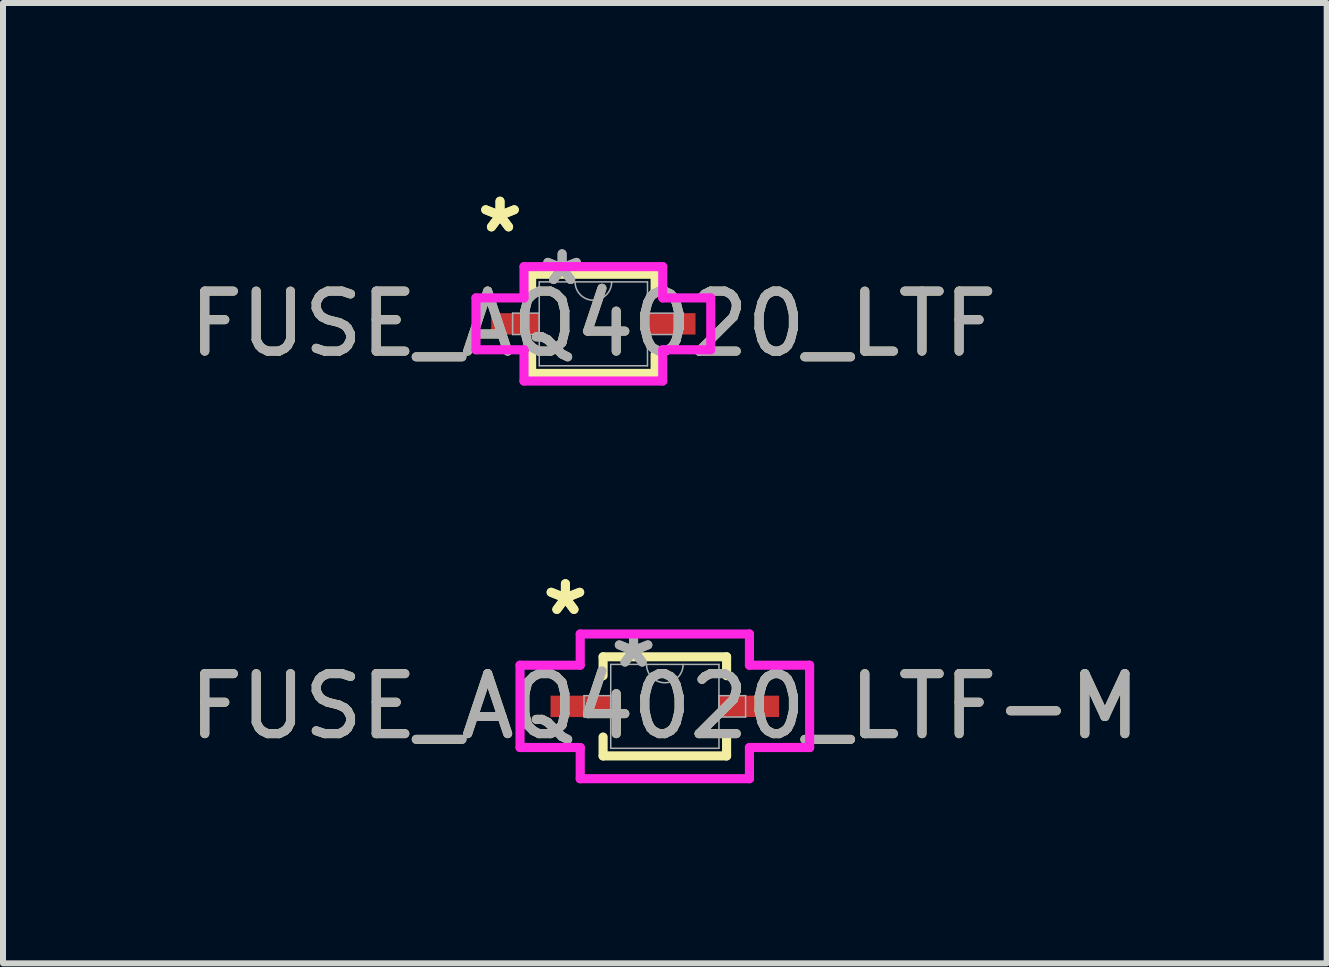
<source format=kicad_pcb>
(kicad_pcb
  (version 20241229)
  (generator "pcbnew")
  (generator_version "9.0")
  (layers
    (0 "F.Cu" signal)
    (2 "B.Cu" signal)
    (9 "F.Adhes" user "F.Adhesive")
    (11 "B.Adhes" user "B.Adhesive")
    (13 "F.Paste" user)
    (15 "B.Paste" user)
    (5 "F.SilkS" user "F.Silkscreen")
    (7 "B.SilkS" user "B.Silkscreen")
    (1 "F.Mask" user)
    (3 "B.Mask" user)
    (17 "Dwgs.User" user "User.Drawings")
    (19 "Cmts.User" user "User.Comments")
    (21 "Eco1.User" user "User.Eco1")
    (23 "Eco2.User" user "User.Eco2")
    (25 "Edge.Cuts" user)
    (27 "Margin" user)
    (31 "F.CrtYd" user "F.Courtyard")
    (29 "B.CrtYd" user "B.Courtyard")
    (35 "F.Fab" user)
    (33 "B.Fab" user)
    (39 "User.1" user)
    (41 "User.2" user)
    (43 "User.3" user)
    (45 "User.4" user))
  (footprint "FUSE_AQ4020_LTF"
    (layer "F.Cu")
    (at 6.839 2.347)
    (property "Reference" "FUSE_AQ4020_LTF" (at 0 0 0) (unlocked yes) (layer "F.SilkS") (effects (font (size 1 1) (thickness 0.15))))
    (attr smd)
    (fp_line (start -1.029 -0.826) (end -1.029 -0.511) (stroke (width 0.152) (type solid)) (layer "F.SilkS"))
    (fp_line (start -1.029 0.511) (end -1.029 0.826) (stroke (width 0.152) (type solid)) (layer "F.SilkS"))
    (fp_line (start -1.029 0.826) (end 1.029 0.826) (stroke (width 0.152) (type solid)) (layer "F.SilkS"))
    (fp_line (start 1.029 -0.826) (end -1.029 -0.826) (stroke (width 0.152) (type solid)) (layer "F.SilkS"))
    (fp_line (start 1.029 -0.511) (end 1.029 -0.826) (stroke (width 0.152) (type solid)) (layer "F.SilkS"))
    (fp_line (start 1.029 0.826) (end 1.029 0.511) (stroke (width 0.152) (type solid)) (layer "F.SilkS"))
    (fp_line (start -1.956 -0.432) (end -1.156 -0.432) (stroke (width 0.152) (type solid)) (layer "F.CrtYd"))
    (fp_line (start -1.956 0.432) (end -1.956 -0.432) (stroke (width 0.152) (type solid)) (layer "F.CrtYd"))
    (fp_line (start -1.956 0.432) (end -1.156 0.432) (stroke (width 0.152) (type solid)) (layer "F.CrtYd"))
    (fp_line (start -1.156 -0.953) (end 1.156 -0.953) (stroke (width 0.152) (type solid)) (layer "F.CrtYd"))
    (fp_line (start -1.156 -0.432) (end -1.156 -0.953) (stroke (width 0.152) (type solid)) (layer "F.CrtYd"))
    (fp_line (start -1.156 0.953) (end -1.156 0.432) (stroke (width 0.152) (type solid)) (layer "F.CrtYd"))
    (fp_line (start 1.156 -0.953) (end 1.156 -0.432) (stroke (width 0.152) (type solid)) (layer "F.CrtYd"))
    (fp_line (start 1.156 0.432) (end 1.156 0.953) (stroke (width 0.152) (type solid)) (layer "F.CrtYd"))
    (fp_line (start 1.156 0.953) (end -1.156 0.953) (stroke (width 0.152) (type solid)) (layer "F.CrtYd"))
    (fp_line (start 1.956 -0.432) (end 1.156 -0.432) (stroke (width 0.152) (type solid)) (layer "F.CrtYd"))
    (fp_line (start 1.956 -0.432) (end 1.956 0.432) (stroke (width 0.152) (type solid)) (layer "F.CrtYd"))
    (fp_line (start 1.956 0.432) (end 1.156 0.432) (stroke (width 0.152) (type solid)) (layer "F.CrtYd"))
    (fp_line (start -1.346 -0.178) (end -1.346 0.178) (stroke (width 0.025) (type solid)) (layer "F.Fab"))
    (fp_line (start -1.346 0.178) (end -0.902 0.178) (stroke (width 0.025) (type solid)) (layer "F.Fab"))
    (fp_line (start -0.902 -0.699) (end -0.902 0.699) (stroke (width 0.025) (type solid)) (layer "F.Fab"))
    (fp_line (start -0.902 -0.178) (end -1.346 -0.178) (stroke (width 0.025) (type solid)) (layer "F.Fab"))
    (fp_line (start -0.902 0.178) (end -0.902 -0.178) (stroke (width 0.025) (type solid)) (layer "F.Fab"))
    (fp_line (start -0.902 0.699) (end 0.902 0.699) (stroke (width 0.025) (type solid)) (layer "F.Fab"))
    (fp_line (start 0.902 -0.699) (end -0.902 -0.699) (stroke (width 0.025) (type solid)) (layer "F.Fab"))
    (fp_line (start 0.902 -0.178) (end 0.902 0.178) (stroke (width 0.025) (type solid)) (layer "F.Fab"))
    (fp_line (start 0.902 0.178) (end 1.346 0.178) (stroke (width 0.025) (type solid)) (layer "F.Fab"))
    (fp_line (start 0.902 0.699) (end 0.902 -0.699) (stroke (width 0.025) (type solid)) (layer "F.Fab"))
    (fp_line (start 1.346 -0.178) (end 0.902 -0.178) (stroke (width 0.025) (type solid)) (layer "F.Fab"))
    (fp_line (start 1.346 0.178) (end 1.346 -0.178) (stroke (width 0.025) (type solid)) (layer "F.Fab"))
    (fp_arc (start 0.3048 -0.6985) (mid 0 -0.3937) (end -0.3048 -0.6985) (stroke (width 0.0254) (type solid)) (layer "F.Fab"))
    (fp_text user "*" (at -1.556 -1.499 0) (unlocked yes) (layer "F.SilkS") (effects (font (size 1 1) (thickness 0.15))))
    (fp_text user "*" (at -1.556 -1.499 0) (layer "F.SilkS") (effects (font (size 1 1) (thickness 0.15))))
    (fp_text user "${REFERENCE}" (at 0 0 0) (unlocked yes) (layer "F.Fab") (effects (font (size 1 1) (thickness 0.15))))
    (fp_text user "*" (at -0.521 -0.622 0) (layer "F.Fab") (effects (font (size 1 1) (thickness 0.15))))
    (fp_text user "*" (at -0.521 -0.622 0) (unlocked yes) (layer "F.Fab") (effects (font (size 1 1) (thickness 0.15))))
    (pad "1" smd rect (at -1.302 0) (size 0.8 0.356) (layers "F.Cu" "F.Mask" "F.Paste"))
    (pad "2" smd rect (at 1.302 0) (size 0.8 0.356) (layers "F.Cu" "F.Mask" "F.Paste")))
  (footprint "FUSE_AQ4020_LTF-M"
    (layer "F.Cu")
    (at 8.03 8.722)
    (property "Reference" "FUSE_AQ4020_LTF-M" (at 0 0 0) (unlocked yes) (layer "F.SilkS") (effects (font (size 1 1) (thickness 0.15))))
    (attr smd)
    (fp_line (start -1.029 -0.826) (end -1.029 -0.511) (stroke (width 0.152) (type solid)) (layer "F.SilkS"))
    (fp_line (start -1.029 0.511) (end -1.029 0.826) (stroke (width 0.152) (type solid)) (layer "F.SilkS"))
    (fp_line (start -1.029 0.826) (end 1.029 0.826) (stroke (width 0.152) (type solid)) (layer "F.SilkS"))
    (fp_line (start 1.029 -0.826) (end -1.029 -0.826) (stroke (width 0.152) (type solid)) (layer "F.SilkS"))
    (fp_line (start 1.029 -0.511) (end 1.029 -0.826) (stroke (width 0.152) (type solid)) (layer "F.SilkS"))
    (fp_line (start 1.029 0.826) (end 1.029 0.511) (stroke (width 0.152) (type solid)) (layer "F.SilkS"))
    (fp_line (start -2.413 -0.686) (end -1.41 -0.686) (stroke (width 0.152) (type solid)) (layer "F.CrtYd"))
    (fp_line (start -2.413 0.686) (end -2.413 -0.686) (stroke (width 0.152) (type solid)) (layer "F.CrtYd"))
    (fp_line (start -2.413 0.686) (end -1.41 0.686) (stroke (width 0.152) (type solid)) (layer "F.CrtYd"))
    (fp_line (start -1.41 -1.206) (end 1.41 -1.206) (stroke (width 0.152) (type solid)) (layer "F.CrtYd"))
    (fp_line (start -1.41 -0.686) (end -1.41 -1.206) (stroke (width 0.152) (type solid)) (layer "F.CrtYd"))
    (fp_line (start -1.41 1.206) (end -1.41 0.686) (stroke (width 0.152) (type solid)) (layer "F.CrtYd"))
    (fp_line (start 1.41 -1.206) (end 1.41 -0.686) (stroke (width 0.152) (type solid)) (layer "F.CrtYd"))
    (fp_line (start 1.41 0.686) (end 1.41 1.206) (stroke (width 0.152) (type solid)) (layer "F.CrtYd"))
    (fp_line (start 1.41 1.206) (end -1.41 1.206) (stroke (width 0.152) (type solid)) (layer "F.CrtYd"))
    (fp_line (start 2.413 -0.686) (end 1.41 -0.686) (stroke (width 0.152) (type solid)) (layer "F.CrtYd"))
    (fp_line (start 2.413 -0.686) (end 2.413 0.686) (stroke (width 0.152) (type solid)) (layer "F.CrtYd"))
    (fp_line (start 2.413 0.686) (end 1.41 0.686) (stroke (width 0.152) (type solid)) (layer "F.CrtYd"))
    (fp_line (start -1.346 -0.178) (end -1.346 0.178) (stroke (width 0.025) (type solid)) (layer "F.Fab"))
    (fp_line (start -1.346 0.178) (end -0.902 0.178) (stroke (width 0.025) (type solid)) (layer "F.Fab"))
    (fp_line (start -0.902 -0.699) (end -0.902 0.699) (stroke (width 0.025) (type solid)) (layer "F.Fab"))
    (fp_line (start -0.902 -0.178) (end -1.346 -0.178) (stroke (width 0.025) (type solid)) (layer "F.Fab"))
    (fp_line (start -0.902 0.178) (end -0.902 -0.178) (stroke (width 0.025) (type solid)) (layer "F.Fab"))
    (fp_line (start -0.902 0.699) (end 0.902 0.699) (stroke (width 0.025) (type solid)) (layer "F.Fab"))
    (fp_line (start 0.902 -0.699) (end -0.902 -0.699) (stroke (width 0.025) (type solid)) (layer "F.Fab"))
    (fp_line (start 0.902 -0.178) (end 0.902 0.178) (stroke (width 0.025) (type solid)) (layer "F.Fab"))
    (fp_line (start 0.902 0.178) (end 1.346 0.178) (stroke (width 0.025) (type solid)) (layer "F.Fab"))
    (fp_line (start 0.902 0.699) (end 0.902 -0.699) (stroke (width 0.025) (type solid)) (layer "F.Fab"))
    (fp_line (start 1.346 -0.178) (end 0.902 -0.178) (stroke (width 0.025) (type solid)) (layer "F.Fab"))
    (fp_line (start 1.346 0.178) (end 1.346 -0.178) (stroke (width 0.025) (type solid)) (layer "F.Fab"))
    (fp_arc (start 0.3048 -0.6985) (mid 0 -0.3937) (end -0.3048 -0.6985) (stroke (width 0.0254) (type solid)) (layer "F.Fab"))
    (fp_text user "*" (at -1.657 -1.499 0) (unlocked yes) (layer "F.SilkS") (effects (font (size 1 1) (thickness 0.15))))
    (fp_text user "*" (at -1.657 -1.499 0) (layer "F.SilkS") (effects (font (size 1 1) (thickness 0.15))))
    (fp_text user "${REFERENCE}" (at 0 0 0) (unlocked yes) (layer "F.Fab") (effects (font (size 1 1) (thickness 0.15))))
    (fp_text user "*" (at -0.521 -0.622 0) (unlocked yes) (layer "F.Fab") (effects (font (size 1 1) (thickness 0.15))))
    (fp_text user "*" (at -0.521 -0.622 0) (layer "F.Fab") (effects (font (size 1 1) (thickness 0.15))))
    (pad "1" smd rect (at -1.403 0) (size 1.003 0.356) (layers "F.Cu" "F.Mask" "F.Paste"))
    (pad "2" smd rect (at 1.403 0) (size 1.003 0.356) (layers "F.Cu" "F.Mask" "F.Paste")))
  (gr_rect
    (start -3 -3)
    (end 19.06 13.005)
    (stroke (width 0.1) (type default))
    (fill no)
    (layer "Edge.Cuts")))
</source>
